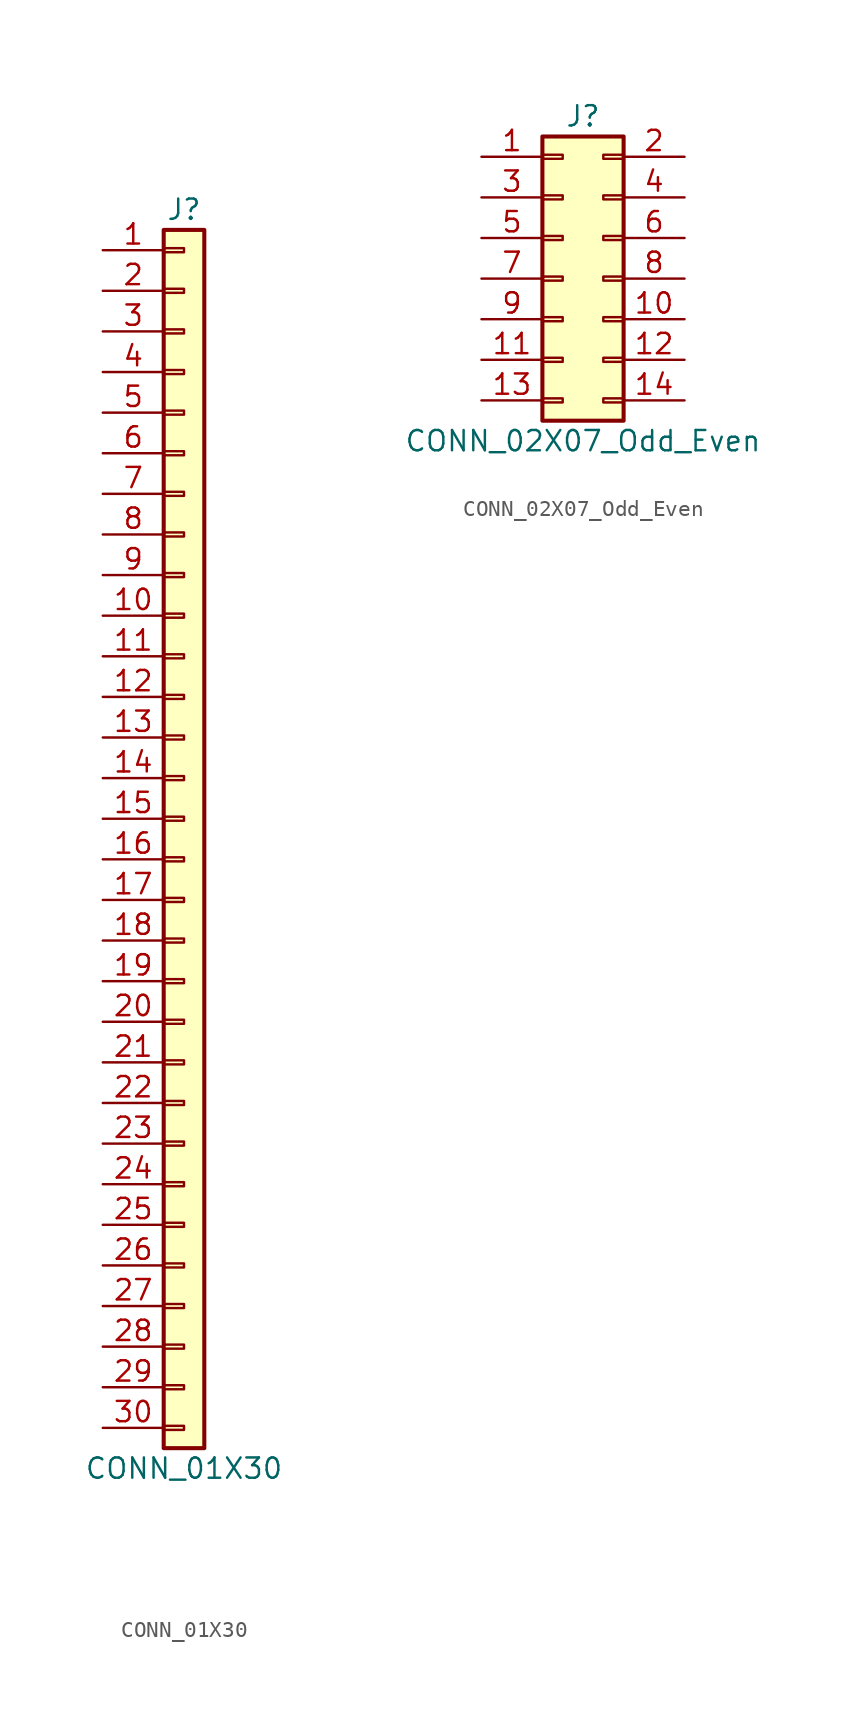
<source format=kicad_sym>
(kicad_symbol_lib
  (version 20211014)
  (generator kicad_symbol_editor)
  (symbol "CONN_01X30"
    (pin_names
      (offset 1.016) hide)
    (property "Reference" "J"
      (at 0 38.1 0)
      (effects (font (size 1.27 1.27))))
    (property "Value" "CONN_01X30"
      (at 0 -40.64 0)
      (effects (font (size 1.27 1.27))))
    (symbol "CONN_01X30_1_1"
      (rectangle (start -1.27 -37.973) (end 0 -38.227) (stroke (width 0.152) (type default) (color 0 0 0 0)) (fill (type none)))
      (rectangle (start -1.27 -35.433) (end 0 -35.687) (stroke (width 0.152) (type default) (color 0 0 0 0)) (fill (type none)))
      (rectangle (start -1.27 -32.893) (end 0 -33.147) (stroke (width 0.152) (type default) (color 0 0 0 0)) (fill (type none)))
      (rectangle (start -1.27 -30.353) (end 0 -30.607) (stroke (width 0.152) (type default) (color 0 0 0 0)) (fill (type none)))
      (rectangle (start -1.27 -27.813) (end 0 -28.067) (stroke (width 0.152) (type default) (color 0 0 0 0)) (fill (type none)))
      (rectangle (start -1.27 -25.273) (end 0 -25.527) (stroke (width 0.152) (type default) (color 0 0 0 0)) (fill (type none)))
      (rectangle (start -1.27 -22.733) (end 0 -22.987) (stroke (width 0.152) (type default) (color 0 0 0 0)) (fill (type none)))
      (rectangle (start -1.27 -20.193) (end 0 -20.447) (stroke (width 0.152) (type default) (color 0 0 0 0)) (fill (type none)))
      (rectangle (start -1.27 -17.653) (end 0 -17.907) (stroke (width 0.152) (type default) (color 0 0 0 0)) (fill (type none)))
      (rectangle (start -1.27 -15.113) (end 0 -15.367) (stroke (width 0.152) (type default) (color 0 0 0 0)) (fill (type none)))
      (rectangle (start -1.27 -12.573) (end 0 -12.827) (stroke (width 0.152) (type default) (color 0 0 0 0)) (fill (type none)))
      (rectangle (start -1.27 -10.033) (end 0 -10.287) (stroke (width 0.152) (type default) (color 0 0 0 0)) (fill (type none)))
      (rectangle (start -1.27 -7.493) (end 0 -7.747) (stroke (width 0.152) (type default) (color 0 0 0 0)) (fill (type none)))
      (rectangle (start -1.27 -4.953) (end 0 -5.207) (stroke (width 0.152) (type default) (color 0 0 0 0)) (fill (type none)))
      (rectangle (start -1.27 -2.413) (end 0 -2.667) (stroke (width 0.152) (type default) (color 0 0 0 0)) (fill (type none)))
      (rectangle (start -1.27 0.127) (end 0 -0.127) (stroke (width 0.152) (type default) (color 0 0 0 0)) (fill (type none)))
      (rectangle (start -1.27 2.667) (end 0 2.413) (stroke (width 0.152) (type default) (color 0 0 0 0)) (fill (type none)))
      (rectangle (start -1.27 5.207) (end 0 4.953) (stroke (width 0.152) (type default) (color 0 0 0 0)) (fill (type none)))
      (rectangle (start -1.27 7.747) (end 0 7.493) (stroke (width 0.152) (type default) (color 0 0 0 0)) (fill (type none)))
      (rectangle (start -1.27 10.287) (end 0 10.033) (stroke (width 0.152) (type default) (color 0 0 0 0)) (fill (type none)))
      (rectangle (start -1.27 12.827) (end 0 12.573) (stroke (width 0.152) (type default) (color 0 0 0 0)) (fill (type none)))
      (rectangle (start -1.27 15.367) (end 0 15.113) (stroke (width 0.152) (type default) (color 0 0 0 0)) (fill (type none)))
      (rectangle (start -1.27 17.907) (end 0 17.653) (stroke (width 0.152) (type default) (color 0 0 0 0)) (fill (type none)))
      (rectangle (start -1.27 20.447) (end 0 20.193) (stroke (width 0.152) (type default) (color 0 0 0 0)) (fill (type none)))
      (rectangle (start -1.27 22.987) (end 0 22.733) (stroke (width 0.152) (type default) (color 0 0 0 0)) (fill (type none)))
      (rectangle (start -1.27 25.527) (end 0 25.273) (stroke (width 0.152) (type default) (color 0 0 0 0)) (fill (type none)))
      (rectangle (start -1.27 28.067) (end 0 27.813) (stroke (width 0.152) (type default) (color 0 0 0 0)) (fill (type none)))
      (rectangle (start -1.27 30.607) (end 0 30.353) (stroke (width 0.152) (type default) (color 0 0 0 0)) (fill (type none)))
      (rectangle (start -1.27 33.147) (end 0 32.893) (stroke (width 0.152) (type default) (color 0 0 0 0)) (fill (type none)))
      (rectangle (start -1.27 35.687) (end 0 35.433) (stroke (width 0.152) (type default) (color 0 0 0 0)) (fill (type none)))
      (rectangle (start -1.27 36.83) (end 1.27 -39.37) (stroke (width 0.254) (type default) (color 0 0 0 0)) (fill (type background)))
      (pin passive line (at -5.08 35.56 0) (length 3.81) (name "Pin_1" (effects (font (size 1.27 1.27)))) (number "1" (effects (font (size 1.27 1.27)))))
      (pin passive line (at -5.08 12.7 0) (length 3.81) (name "Pin_10" (effects (font (size 1.27 1.27)))) (number "10" (effects (font (size 1.27 1.27)))))
      (pin passive line (at -5.08 10.16 0) (length 3.81) (name "Pin_11" (effects (font (size 1.27 1.27)))) (number "11" (effects (font (size 1.27 1.27)))))
      (pin passive line (at -5.08 7.62 0) (length 3.81) (name "Pin_12" (effects (font (size 1.27 1.27)))) (number "12" (effects (font (size 1.27 1.27)))))
      (pin passive line (at -5.08 5.08 0) (length 3.81) (name "Pin_13" (effects (font (size 1.27 1.27)))) (number "13" (effects (font (size 1.27 1.27)))))
      (pin passive line (at -5.08 2.54 0) (length 3.81) (name "Pin_14" (effects (font (size 1.27 1.27)))) (number "14" (effects (font (size 1.27 1.27)))))
      (pin passive line (at -5.08 0 0) (length 3.81) (name "Pin_15" (effects (font (size 1.27 1.27)))) (number "15" (effects (font (size 1.27 1.27)))))
      (pin passive line (at -5.08 -2.54 0) (length 3.81) (name "Pin_16" (effects (font (size 1.27 1.27)))) (number "16" (effects (font (size 1.27 1.27)))))
      (pin passive line (at -5.08 -5.08 0) (length 3.81) (name "Pin_17" (effects (font (size 1.27 1.27)))) (number "17" (effects (font (size 1.27 1.27)))))
      (pin passive line (at -5.08 -7.62 0) (length 3.81) (name "Pin_18" (effects (font (size 1.27 1.27)))) (number "18" (effects (font (size 1.27 1.27)))))
      (pin passive line (at -5.08 -10.16 0) (length 3.81) (name "Pin_19" (effects (font (size 1.27 1.27)))) (number "19" (effects (font (size 1.27 1.27)))))
      (pin passive line (at -5.08 33.02 0) (length 3.81) (name "Pin_2" (effects (font (size 1.27 1.27)))) (number "2" (effects (font (size 1.27 1.27)))))
      (pin passive line (at -5.08 -12.7 0) (length 3.81) (name "Pin_20" (effects (font (size 1.27 1.27)))) (number "20" (effects (font (size 1.27 1.27)))))
      (pin passive line (at -5.08 -15.24 0) (length 3.81) (name "Pin_21" (effects (font (size 1.27 1.27)))) (number "21" (effects (font (size 1.27 1.27)))))
      (pin passive line (at -5.08 -17.78 0) (length 3.81) (name "Pin_22" (effects (font (size 1.27 1.27)))) (number "22" (effects (font (size 1.27 1.27)))))
      (pin passive line (at -5.08 -20.32 0) (length 3.81) (name "Pin_23" (effects (font (size 1.27 1.27)))) (number "23" (effects (font (size 1.27 1.27)))))
      (pin passive line (at -5.08 -22.86 0) (length 3.81) (name "Pin_24" (effects (font (size 1.27 1.27)))) (number "24" (effects (font (size 1.27 1.27)))))
      (pin passive line (at -5.08 -25.4 0) (length 3.81) (name "Pin_25" (effects (font (size 1.27 1.27)))) (number "25" (effects (font (size 1.27 1.27)))))
      (pin passive line (at -5.08 -27.94 0) (length 3.81) (name "Pin_26" (effects (font (size 1.27 1.27)))) (number "26" (effects (font (size 1.27 1.27)))))
      (pin passive line (at -5.08 -30.48 0) (length 3.81) (name "Pin_27" (effects (font (size 1.27 1.27)))) (number "27" (effects (font (size 1.27 1.27)))))
      (pin passive line (at -5.08 -33.02 0) (length 3.81) (name "Pin_28" (effects (font (size 1.27 1.27)))) (number "28" (effects (font (size 1.27 1.27)))))
      (pin passive line (at -5.08 -35.56 0) (length 3.81) (name "Pin_29" (effects (font (size 1.27 1.27)))) (number "29" (effects (font (size 1.27 1.27)))))
      (pin passive line (at -5.08 30.48 0) (length 3.81) (name "Pin_3" (effects (font (size 1.27 1.27)))) (number "3" (effects (font (size 1.27 1.27)))))
      (pin passive line (at -5.08 -38.1 0) (length 3.81) (name "Pin_30" (effects (font (size 1.27 1.27)))) (number "30" (effects (font (size 1.27 1.27)))))
      (pin passive line (at -5.08 27.94 0) (length 3.81) (name "Pin_4" (effects (font (size 1.27 1.27)))) (number "4" (effects (font (size 1.27 1.27)))))
      (pin passive line (at -5.08 25.4 0) (length 3.81) (name "Pin_5" (effects (font (size 1.27 1.27)))) (number "5" (effects (font (size 1.27 1.27)))))
      (pin passive line (at -5.08 22.86 0) (length 3.81) (name "Pin_6" (effects (font (size 1.27 1.27)))) (number "6" (effects (font (size 1.27 1.27)))))
      (pin passive line (at -5.08 20.32 0) (length 3.81) (name "Pin_7" (effects (font (size 1.27 1.27)))) (number "7" (effects (font (size 1.27 1.27)))))
      (pin passive line (at -5.08 17.78 0) (length 3.81) (name "Pin_8" (effects (font (size 1.27 1.27)))) (number "8" (effects (font (size 1.27 1.27)))))
      (pin passive line (at -5.08 15.24 0) (length 3.81) (name "Pin_9" (effects (font (size 1.27 1.27)))) (number "9" (effects (font (size 1.27 1.27)))))))
  (symbol "CONN_02X07_Odd_Even"
    (pin_names
      (offset 1.016) hide)
    (property "Reference" "J"
      (at 1.27 10.16 0)
      (effects (font (size 1.27 1.27))))
    (property "Value" "CONN_02X07_Odd_Even"
      (at 1.27 -10.16 0)
      (effects (font (size 1.27 1.27))))
    (symbol "CONN_02X07_Odd_Even_1_1"
      (rectangle (start -1.27 -7.493) (end 0 -7.747) (stroke (width 0.152) (type default) (color 0 0 0 0)) (fill (type none)))
      (rectangle (start -1.27 -4.953) (end 0 -5.207) (stroke (width 0.152) (type default) (color 0 0 0 0)) (fill (type none)))
      (rectangle (start -1.27 -2.413) (end 0 -2.667) (stroke (width 0.152) (type default) (color 0 0 0 0)) (fill (type none)))
      (rectangle (start -1.27 0.127) (end 0 -0.127) (stroke (width 0.152) (type default) (color 0 0 0 0)) (fill (type none)))
      (rectangle (start -1.27 2.667) (end 0 2.413) (stroke (width 0.152) (type default) (color 0 0 0 0)) (fill (type none)))
      (rectangle (start -1.27 5.207) (end 0 4.953) (stroke (width 0.152) (type default) (color 0 0 0 0)) (fill (type none)))
      (rectangle (start -1.27 7.747) (end 0 7.493) (stroke (width 0.152) (type default) (color 0 0 0 0)) (fill (type none)))
      (rectangle (start -1.27 8.89) (end 3.81 -8.89) (stroke (width 0.254) (type default) (color 0 0 0 0)) (fill (type background)))
      (rectangle (start 3.81 -7.493) (end 2.54 -7.747) (stroke (width 0.152) (type default) (color 0 0 0 0)) (fill (type none)))
      (rectangle (start 3.81 -4.953) (end 2.54 -5.207) (stroke (width 0.152) (type default) (color 0 0 0 0)) (fill (type none)))
      (rectangle (start 3.81 -2.413) (end 2.54 -2.667) (stroke (width 0.152) (type default) (color 0 0 0 0)) (fill (type none)))
      (rectangle (start 3.81 0.127) (end 2.54 -0.127) (stroke (width 0.152) (type default) (color 0 0 0 0)) (fill (type none)))
      (rectangle (start 3.81 2.667) (end 2.54 2.413) (stroke (width 0.152) (type default) (color 0 0 0 0)) (fill (type none)))
      (rectangle (start 3.81 5.207) (end 2.54 4.953) (stroke (width 0.152) (type default) (color 0 0 0 0)) (fill (type none)))
      (rectangle (start 3.81 7.747) (end 2.54 7.493) (stroke (width 0.152) (type default) (color 0 0 0 0)) (fill (type none)))
      (pin passive line (at -5.08 7.62 0) (length 3.81) (name "Pin_1" (effects (font (size 1.27 1.27)))) (number "1" (effects (font (size 1.27 1.27)))))
      (pin passive line (at 7.62 -2.54 180) (length 3.81) (name "Pin_10" (effects (font (size 1.27 1.27)))) (number "10" (effects (font (size 1.27 1.27)))))
      (pin passive line (at -5.08 -5.08 0) (length 3.81) (name "Pin_11" (effects (font (size 1.27 1.27)))) (number "11" (effects (font (size 1.27 1.27)))))
      (pin passive line (at 7.62 -5.08 180) (length 3.81) (name "Pin_12" (effects (font (size 1.27 1.27)))) (number "12" (effects (font (size 1.27 1.27)))))
      (pin passive line (at -5.08 -7.62 0) (length 3.81) (name "Pin_13" (effects (font (size 1.27 1.27)))) (number "13" (effects (font (size 1.27 1.27)))))
      (pin passive line (at 7.62 -7.62 180) (length 3.81) (name "Pin_14" (effects (font (size 1.27 1.27)))) (number "14" (effects (font (size 1.27 1.27)))))
      (pin passive line (at 7.62 7.62 180) (length 3.81) (name "Pin_2" (effects (font (size 1.27 1.27)))) (number "2" (effects (font (size 1.27 1.27)))))
      (pin passive line (at -5.08 5.08 0) (length 3.81) (name "Pin_3" (effects (font (size 1.27 1.27)))) (number "3" (effects (font (size 1.27 1.27)))))
      (pin passive line (at 7.62 5.08 180) (length 3.81) (name "Pin_4" (effects (font (size 1.27 1.27)))) (number "4" (effects (font (size 1.27 1.27)))))
      (pin passive line (at -5.08 2.54 0) (length 3.81) (name "Pin_5" (effects (font (size 1.27 1.27)))) (number "5" (effects (font (size 1.27 1.27)))))
      (pin passive line (at 7.62 2.54 180) (length 3.81) (name "Pin_6" (effects (font (size 1.27 1.27)))) (number "6" (effects (font (size 1.27 1.27)))))
      (pin passive line (at -5.08 0 0) (length 3.81) (name "Pin_7" (effects (font (size 1.27 1.27)))) (number "7" (effects (font (size 1.27 1.27)))))
      (pin passive line (at 7.62 0 180) (length 3.81) (name "Pin_8" (effects (font (size 1.27 1.27)))) (number "8" (effects (font (size 1.27 1.27)))))
      (pin passive line (at -5.08 -2.54 0) (length 3.81) (name "Pin_9" (effects (font (size 1.27 1.27)))) (number "9" (effects (font (size 1.27 1.27))))))))
</source>
